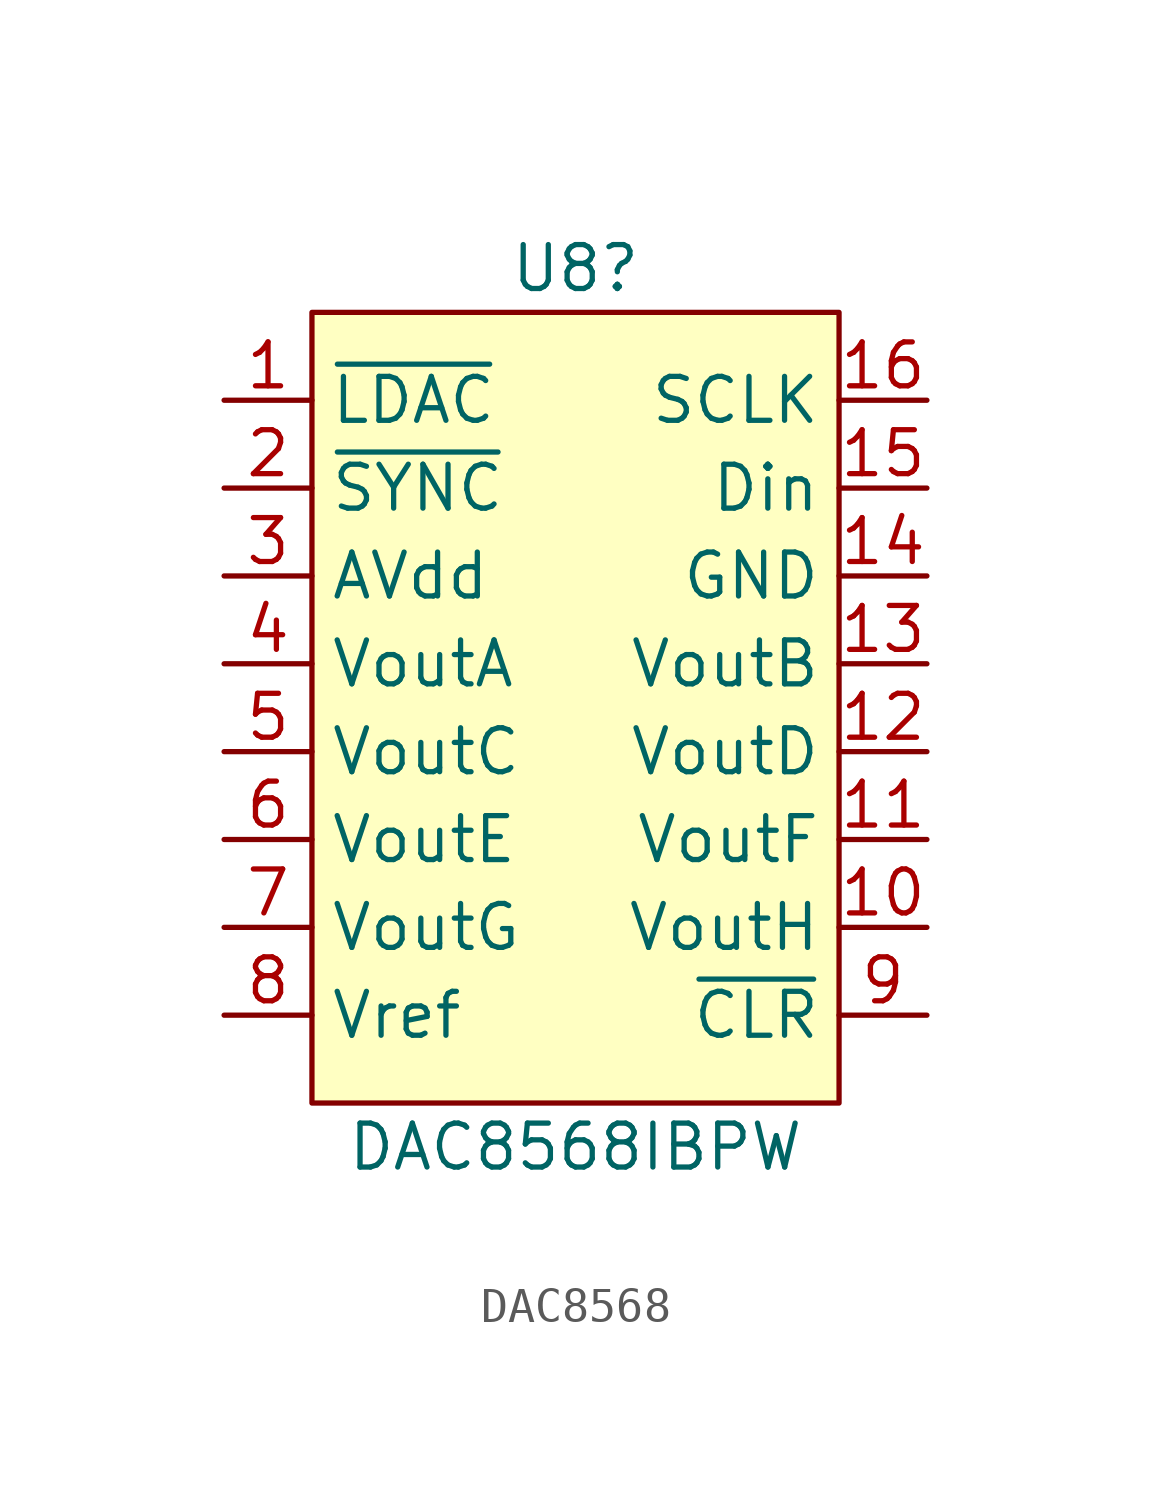
<source format=kicad_sym>
(kicad_symbol_lib
  (version 20241209)
  (generator "kicad_symbol_editor")
  (generator_version "9.0")
  (symbol "DAC8568"
    (property "Reference" "U8"
      (at 0 12.7 0)
      (effects (font (size 1.27 1.27))))
    (property "Value" "DAC8568IBPW"
      (at 0 -12.7 0)
      (effects (font (size 1.27 1.27))))
    (property "Description" ""
      (at 0 0 0)
      (effects (font (size 1.27 1.27))))
    (symbol "DAC8568_1_1"
      (rectangle (start -7.62 11.43) (end 7.62 -11.43) (stroke (width 0) (type default)) (fill (type background)))
      (pin input line (at -10.16 8.89 0) (length 2.54) (name "~{LDAC}" (effects (font (size 1.27 1.27)))) (number "1" (effects (font (size 1.27 1.27)))))
      (pin input line (at -10.16 6.35 0) (length 2.54) (name "~{SYNC}" (effects (font (size 1.27 1.27)))) (number "2" (effects (font (size 1.27 1.27)))))
      (pin power_in line (at -10.16 3.81 0) (length 2.54) (name "AVdd" (effects (font (size 1.27 1.27)))) (number "3" (effects (font (size 1.27 1.27)))))
      (pin output line (at -10.16 1.27 0) (length 2.54) (name "VoutA" (effects (font (size 1.27 1.27)))) (number "4" (effects (font (size 1.27 1.27)))))
      (pin output line (at -10.16 -1.27 0) (length 2.54) (name "VoutC" (effects (font (size 1.27 1.27)))) (number "5" (effects (font (size 1.27 1.27)))))
      (pin output line (at -10.16 -3.81 0) (length 2.54) (name "VoutE" (effects (font (size 1.27 1.27)))) (number "6" (effects (font (size 1.27 1.27)))))
      (pin output line (at -10.16 -6.35 0) (length 2.54) (name "VoutG" (effects (font (size 1.27 1.27)))) (number "7" (effects (font (size 1.27 1.27)))))
      (pin input line (at -10.16 -8.89 0) (length 2.54) (name "Vref" (effects (font (size 1.27 1.27)))) (number "8" (effects (font (size 1.27 1.27)))))
      (pin input line (at 10.16 8.89 180) (length 2.54) (name "SCLK" (effects (font (size 1.27 1.27)))) (number "16" (effects (font (size 1.27 1.27)))))
      (pin input line (at 10.16 6.35 180) (length 2.54) (name "Din" (effects (font (size 1.27 1.27)))) (number "15" (effects (font (size 1.27 1.27)))))
      (pin power_in line (at 10.16 3.81 180) (length 2.54) (name "GND" (effects (font (size 1.27 1.27)))) (number "14" (effects (font (size 1.27 1.27)))))
      (pin output line (at 10.16 1.27 180) (length 2.54) (name "VoutB" (effects (font (size 1.27 1.27)))) (number "13" (effects (font (size 1.27 1.27)))))
      (pin output line (at 10.16 -1.27 180) (length 2.54) (name "VoutD" (effects (font (size 1.27 1.27)))) (number "12" (effects (font (size 1.27 1.27)))))
      (pin output line (at 10.16 -3.81 180) (length 2.54) (name "VoutF" (effects (font (size 1.27 1.27)))) (number "11" (effects (font (size 1.27 1.27)))))
      (pin output line (at 10.16 -6.35 180) (length 2.54) (name "VoutH" (effects (font (size 1.27 1.27)))) (number "10" (effects (font (size 1.27 1.27)))))
      (pin input line (at 10.16 -8.89 180) (length 2.54) (name "~{CLR}" (effects (font (size 1.27 1.27)))) (number "9" (effects (font (size 1.27 1.27))))))))
</source>
